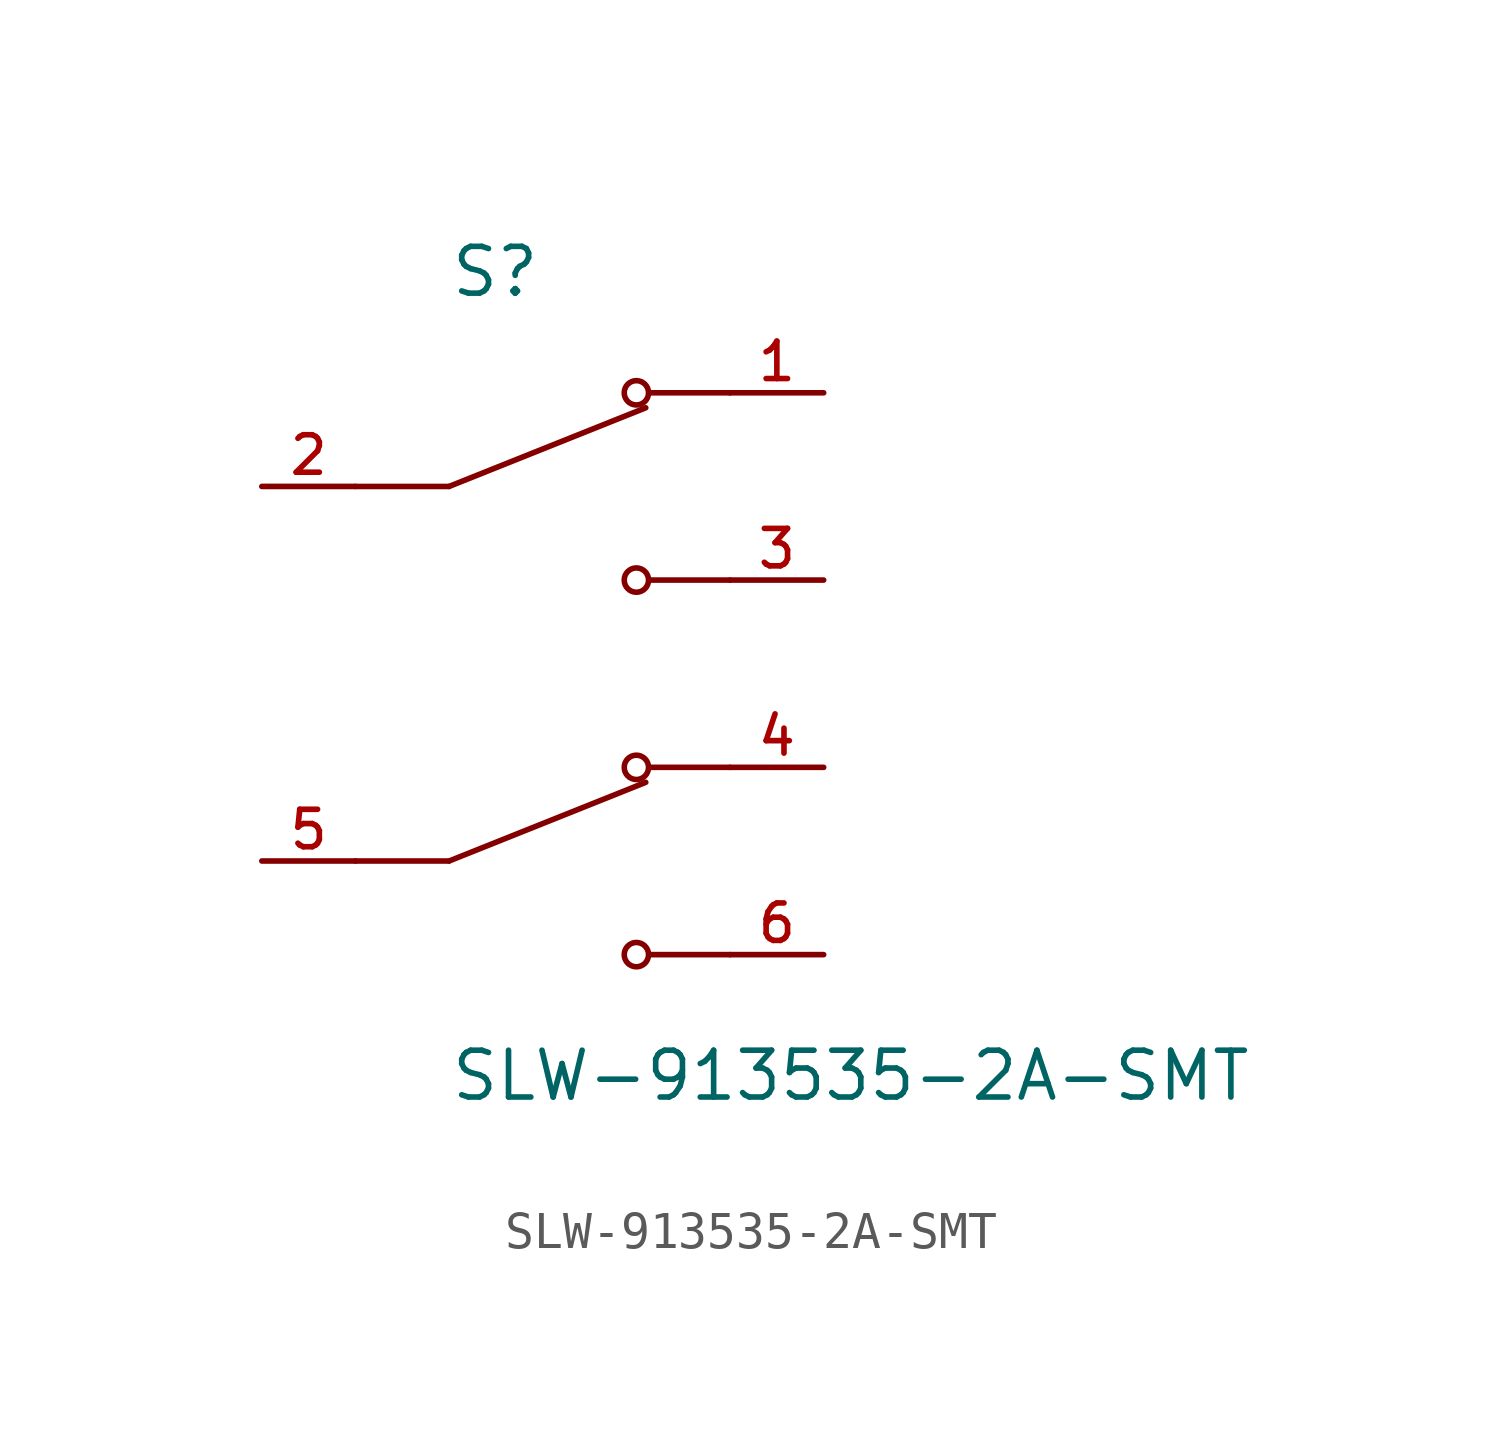
<source format=kicad_sym>
(kicad_symbol_lib
  (version 20211014)
  (generator kicad_symbol_editor)
  (symbol "SLW-913535-2A-SMT"
    (pin_names
      (offset 1.016))
    (property "Reference" "S"
      (at -2.54 10.16 0)
      (effects (font (size 1.27 1.27)) (justify bottom left)))
    (property "Value" "SLW-913535-2A-SMT"
      (at -2.54 -10.16 0)
      (effects (font (size 1.27 1.27)) (justify top left)))
    (symbol "SLW-913535-2A-SMT_0_0"
      (polyline (pts (xy -2.54 5.08) (xy 2.794 7.214)) (stroke (width 0.152)))
      (circle (center 2.54 7.62) (radius 0.33) (stroke (width 0.152)) (fill (type none)))
      (polyline (pts (xy 5.08 7.62) (xy 2.921 7.62)) (stroke (width 0.152)))
      (polyline (pts (xy -2.54 5.08) (xy -5.08 5.08)) (stroke (width 0.152)))
      (circle (center 2.54 2.54) (radius 0.33) (stroke (width 0.152)) (fill (type none)))
      (polyline (pts (xy 5.08 2.54) (xy 2.921 2.54)) (stroke (width 0.152)))
      (polyline (pts (xy -2.54 -5.08) (xy 2.794 -2.946)) (stroke (width 0.152)))
      (circle (center 2.54 -2.54) (radius 0.33) (stroke (width 0.152)) (fill (type none)))
      (polyline (pts (xy 5.08 -2.54) (xy 2.921 -2.54)) (stroke (width 0.152)))
      (polyline (pts (xy -2.54 -5.08) (xy -5.08 -5.08)) (stroke (width 0.152)))
      (circle (center 2.54 -7.62) (radius 0.33) (stroke (width 0.152)) (fill (type none)))
      (polyline (pts (xy 5.08 -7.62) (xy 2.921 -7.62)) (stroke (width 0.152)))
      (pin passive line (at 7.62 7.62 180.0) (length 2.54) (name "~" (effects (font (size 1.016 1.016)))) (number "1" (effects (font (size 1.016 1.016)))))
      (pin passive line (at -7.62 5.08 0) (length 2.54) (name "~" (effects (font (size 1.016 1.016)))) (number "2" (effects (font (size 1.016 1.016)))))
      (pin passive line (at 7.62 2.54 180.0) (length 2.54) (name "~" (effects (font (size 1.016 1.016)))) (number "3" (effects (font (size 1.016 1.016)))))
      (pin passive line (at 7.62 -2.54 180.0) (length 2.54) (name "~" (effects (font (size 1.016 1.016)))) (number "4" (effects (font (size 1.016 1.016)))))
      (pin passive line (at -7.62 -5.08 0) (length 2.54) (name "~" (effects (font (size 1.016 1.016)))) (number "5" (effects (font (size 1.016 1.016)))))
      (pin passive line (at 7.62 -7.62 180.0) (length 2.54) (name "~" (effects (font (size 1.016 1.016)))) (number "6" (effects (font (size 1.016 1.016))))))))
</source>
